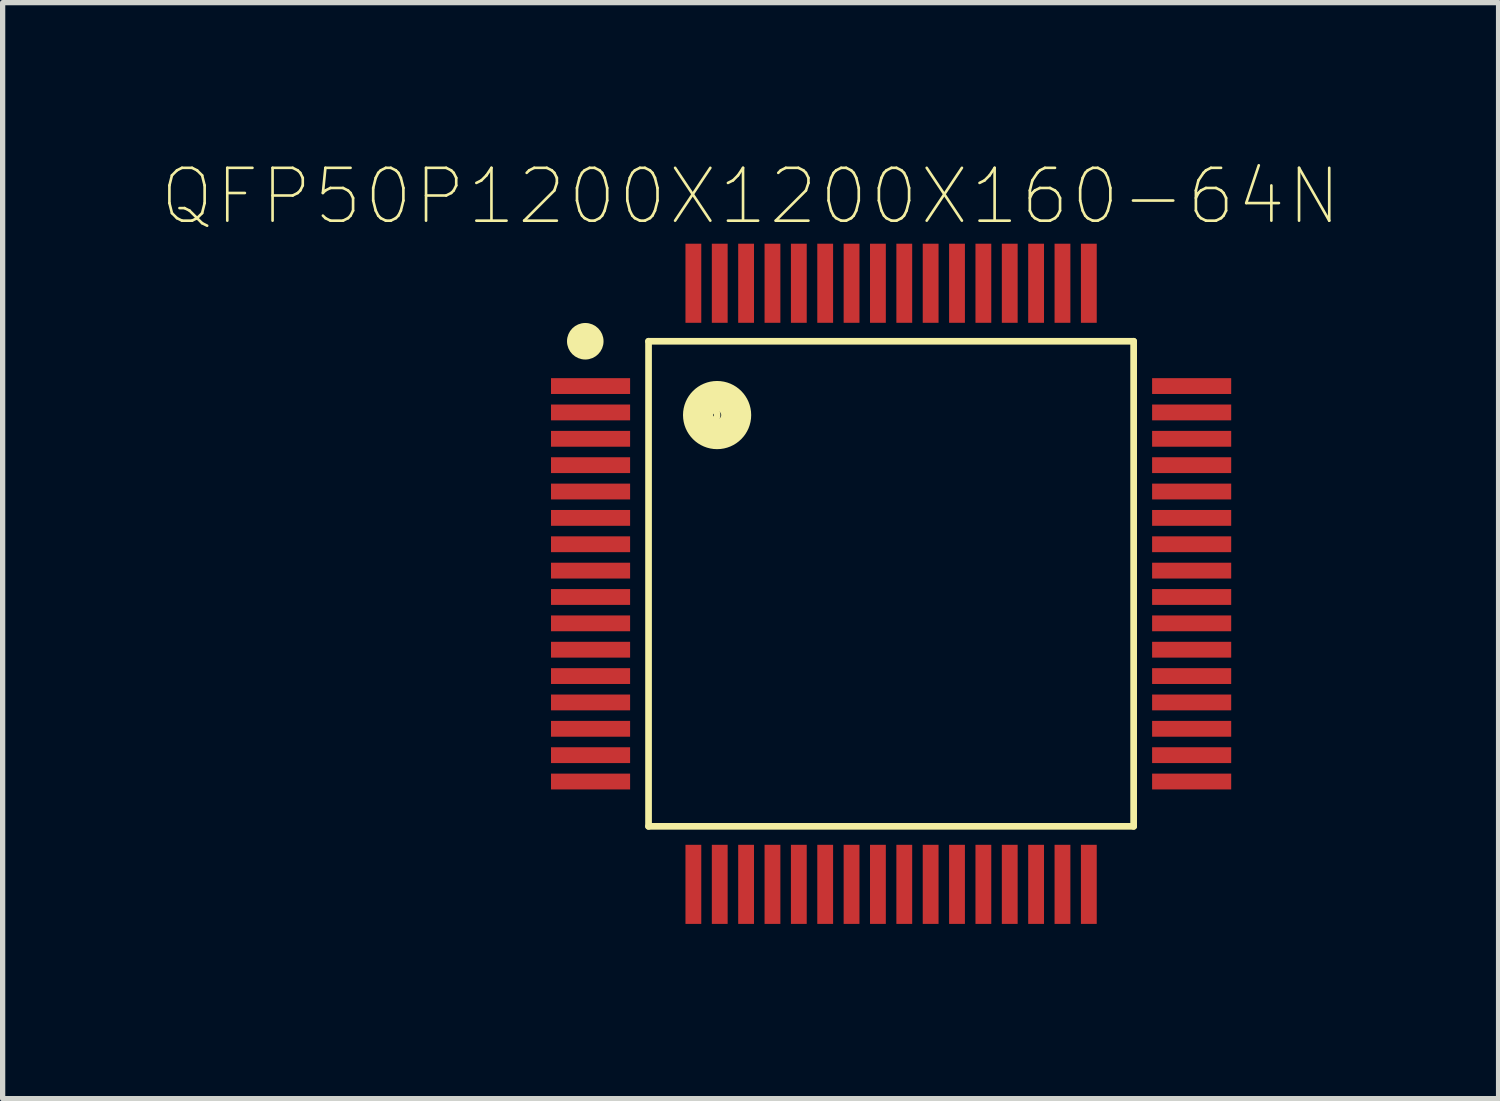
<source format=kicad_pcb>
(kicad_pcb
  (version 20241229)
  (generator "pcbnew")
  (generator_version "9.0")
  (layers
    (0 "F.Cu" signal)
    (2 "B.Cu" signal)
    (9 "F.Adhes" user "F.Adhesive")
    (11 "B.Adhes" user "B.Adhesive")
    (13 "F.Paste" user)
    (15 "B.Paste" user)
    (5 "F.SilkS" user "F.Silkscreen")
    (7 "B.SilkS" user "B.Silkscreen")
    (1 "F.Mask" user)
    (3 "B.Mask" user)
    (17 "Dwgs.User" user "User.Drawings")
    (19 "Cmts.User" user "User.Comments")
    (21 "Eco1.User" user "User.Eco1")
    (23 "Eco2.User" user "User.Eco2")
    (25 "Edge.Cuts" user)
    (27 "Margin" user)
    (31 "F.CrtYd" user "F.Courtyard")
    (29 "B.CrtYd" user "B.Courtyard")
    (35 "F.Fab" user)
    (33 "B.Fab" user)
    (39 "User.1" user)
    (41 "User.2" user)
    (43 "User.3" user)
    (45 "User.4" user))
  (footprint "QFP50P1200X1200X160-64N"
    (layer "F.Cu")
    (at 13.85 8.022)
    (property "Reference" "QFP50P1200X1200X160-64N" (at -2.665 -7.348 0) (layer "F.SilkS") (effects (font (size 1.002 1.002) (thickness 0.05))))
    (attr smd)
    (fp_line (start -4.6 -4.6) (end 4.6 -4.6) (stroke (width 0.127) (type solid)) (layer "F.SilkS"))
    (fp_line (start -4.6 4.6) (end -4.6 -4.6) (stroke (width 0.127) (type solid)) (layer "F.SilkS"))
    (fp_line (start 4.6 -4.6) (end 4.6 4.6) (stroke (width 0.127) (type solid)) (layer "F.SilkS"))
    (fp_line (start 4.6 4.6) (end -4.6 4.6) (stroke (width 0.127) (type solid)) (layer "F.SilkS"))
    (fp_circle (center -5.9 -4.6) (end -5.8 -4.6) (stroke (width 0.127) (type solid)) (fill no) (layer "F.SilkS"))
    (fp_circle (center -5.8 -4.6) (end -5.7 -4.6) (stroke (width 0.127) (type solid)) (fill no) (layer "F.SilkS"))
    (fp_circle (center -5.8 -4.6) (end -5.659 -4.6) (stroke (width 0.127) (type solid)) (fill no) (layer "F.SilkS"))
    (fp_circle (center -5.8 -4.6) (end -5.659 -4.6) (stroke (width 0.127) (type solid)) (fill no) (layer "F.SilkS"))
    (fp_circle (center -5.8 -4.6) (end -5.576 -4.6) (stroke (width 0.127) (type solid)) (fill no) (layer "F.SilkS"))
    (fp_circle (center -5.8 -4.6) (end -5.517 -4.6) (stroke (width 0.127) (type solid)) (fill no) (layer "F.SilkS"))
    (fp_circle (center -3.4 -3.2) (end -3.3 -3.2) (stroke (width 0.127) (type solid)) (fill no) (layer "F.SilkS"))
    (fp_circle (center -3.3 -3.2) (end -3.159 -3.2) (stroke (width 0.127) (type solid)) (fill no) (layer "F.SilkS"))
    (fp_circle (center -3.3 -3.2) (end -3.076 -3.2) (stroke (width 0.127) (type solid)) (fill no) (layer "F.SilkS"))
    (fp_circle (center -3.3 -3.2) (end -3.017 -3.2) (stroke (width 0.127) (type solid)) (fill no) (layer "F.SilkS"))
    (fp_circle (center -3.3 -3.2) (end -2.939 -3.2) (stroke (width 0.127) (type solid)) (fill no) (layer "F.SilkS"))
    (fp_circle (center -3.3 -3.2) (end -2.876 -3.2) (stroke (width 0.127) (type solid)) (fill no) (layer "F.SilkS"))
    (fp_circle (center -3.3 -3.2) (end -2.8 -3.2) (stroke (width 0.127) (type solid)) (fill no) (layer "F.SilkS"))
    (fp_circle (center -3.3 -3.2) (end -2.734 -3.2) (stroke (width 0.127) (type solid)) (fill no) (layer "F.SilkS"))
    (fp_circle (center -3.3 -3.2) (end -2.717 -3.2) (stroke (width 0.127) (type solid)) (fill no) (layer "F.SilkS"))
    (fp_line (start -6.7 -6.7) (end 6.7 -6.7) (stroke (width 0.127) (type solid)) (layer "Eco1.User"))
    (fp_line (start -6.7 6.7) (end -6.7 -6.7) (stroke (width 0.127) (type solid)) (layer "Eco1.User"))
    (fp_line (start 6.7 -6.7) (end 6.7 6.7) (stroke (width 0.127) (type solid)) (layer "Eco1.User"))
    (fp_line (start 6.7 6.7) (end -6.7 6.7) (stroke (width 0.127) (type solid)) (layer "Eco1.User"))
    (pad "1" smd rect (at -5.7 -3.75) (size 1.5 0.3) (layers "F.Cu" "F.Mask" "F.Paste"))
    (pad "2" smd rect (at -5.7 -3.25) (size 1.5 0.3) (layers "F.Cu" "F.Mask" "F.Paste"))
    (pad "3" smd rect (at -5.7 -2.75) (size 1.5 0.3) (layers "F.Cu" "F.Mask" "F.Paste"))
    (pad "4" smd rect (at -5.7 -2.25) (size 1.5 0.3) (layers "F.Cu" "F.Mask" "F.Paste"))
    (pad "5" smd rect (at -5.7 -1.75) (size 1.5 0.3) (layers "F.Cu" "F.Mask" "F.Paste"))
    (pad "6" smd rect (at -5.7 -1.25) (size 1.5 0.3) (layers "F.Cu" "F.Mask" "F.Paste"))
    (pad "7" smd rect (at -5.7 -0.75) (size 1.5 0.3) (layers "F.Cu" "F.Mask" "F.Paste"))
    (pad "8" smd rect (at -5.7 -0.25) (size 1.5 0.3) (layers "F.Cu" "F.Mask" "F.Paste"))
    (pad "9" smd rect (at -5.7 0.25) (size 1.5 0.3) (layers "F.Cu" "F.Mask" "F.Paste"))
    (pad "10" smd rect (at -5.7 0.75) (size 1.5 0.3) (layers "F.Cu" "F.Mask" "F.Paste"))
    (pad "11" smd rect (at -5.7 1.25) (size 1.5 0.3) (layers "F.Cu" "F.Mask" "F.Paste"))
    (pad "12" smd rect (at -5.7 1.75) (size 1.5 0.3) (layers "F.Cu" "F.Mask" "F.Paste"))
    (pad "13" smd rect (at -5.7 2.25) (size 1.5 0.3) (layers "F.Cu" "F.Mask" "F.Paste"))
    (pad "14" smd rect (at -5.7 2.75) (size 1.5 0.3) (layers "F.Cu" "F.Mask" "F.Paste"))
    (pad "15" smd rect (at -5.7 3.25) (size 1.5 0.3) (layers "F.Cu" "F.Mask" "F.Paste"))
    (pad "16" smd rect (at -5.7 3.75) (size 1.5 0.3) (layers "F.Cu" "F.Mask" "F.Paste"))
    (pad "17" smd rect (at -3.75 5.7 90) (size 1.5 0.3) (layers "F.Cu" "F.Mask" "F.Paste"))
    (pad "18" smd rect (at -3.25 5.7 90) (size 1.5 0.3) (layers "F.Cu" "F.Mask" "F.Paste"))
    (pad "19" smd rect (at -2.75 5.7 90) (size 1.5 0.3) (layers "F.Cu" "F.Mask" "F.Paste"))
    (pad "20" smd rect (at -2.25 5.7 90) (size 1.5 0.3) (layers "F.Cu" "F.Mask" "F.Paste"))
    (pad "21" smd rect (at -1.75 5.7 90) (size 1.5 0.3) (layers "F.Cu" "F.Mask" "F.Paste"))
    (pad "22" smd rect (at -1.25 5.7 90) (size 1.5 0.3) (layers "F.Cu" "F.Mask" "F.Paste"))
    (pad "23" smd rect (at -0.75 5.7 90) (size 1.5 0.3) (layers "F.Cu" "F.Mask" "F.Paste"))
    (pad "24" smd rect (at -0.25 5.7 90) (size 1.5 0.3) (layers "F.Cu" "F.Mask" "F.Paste"))
    (pad "25" smd rect (at 0.25 5.7 90) (size 1.5 0.3) (layers "F.Cu" "F.Mask" "F.Paste"))
    (pad "26" smd rect (at 0.75 5.7 90) (size 1.5 0.3) (layers "F.Cu" "F.Mask" "F.Paste"))
    (pad "27" smd rect (at 1.25 5.7 90) (size 1.5 0.3) (layers "F.Cu" "F.Mask" "F.Paste"))
    (pad "28" smd rect (at 1.75 5.7 90) (size 1.5 0.3) (layers "F.Cu" "F.Mask" "F.Paste"))
    (pad "29" smd rect (at 2.25 5.7 90) (size 1.5 0.3) (layers "F.Cu" "F.Mask" "F.Paste"))
    (pad "30" smd rect (at 2.75 5.7 90) (size 1.5 0.3) (layers "F.Cu" "F.Mask" "F.Paste"))
    (pad "31" smd rect (at 3.25 5.7 90) (size 1.5 0.3) (layers "F.Cu" "F.Mask" "F.Paste"))
    (pad "32" smd rect (at 3.75 5.7 90) (size 1.5 0.3) (layers "F.Cu" "F.Mask" "F.Paste"))
    (pad "33" smd rect (at 5.7 3.75 180) (size 1.5 0.3) (layers "F.Cu" "F.Mask" "F.Paste"))
    (pad "34" smd rect (at 5.7 3.25 180) (size 1.5 0.3) (layers "F.Cu" "F.Mask" "F.Paste"))
    (pad "35" smd rect (at 5.7 2.75 180) (size 1.5 0.3) (layers "F.Cu" "F.Mask" "F.Paste"))
    (pad "36" smd rect (at 5.7 2.25 180) (size 1.5 0.3) (layers "F.Cu" "F.Mask" "F.Paste"))
    (pad "37" smd rect (at 5.7 1.75 180) (size 1.5 0.3) (layers "F.Cu" "F.Mask" "F.Paste"))
    (pad "38" smd rect (at 5.7 1.25 180) (size 1.5 0.3) (layers "F.Cu" "F.Mask" "F.Paste"))
    (pad "39" smd rect (at 5.7 0.75 180) (size 1.5 0.3) (layers "F.Cu" "F.Mask" "F.Paste"))
    (pad "40" smd rect (at 5.7 0.25 180) (size 1.5 0.3) (layers "F.Cu" "F.Mask" "F.Paste"))
    (pad "41" smd rect (at 5.7 -0.25 180) (size 1.5 0.3) (layers "F.Cu" "F.Mask" "F.Paste"))
    (pad "42" smd rect (at 5.7 -0.75 180) (size 1.5 0.3) (layers "F.Cu" "F.Mask" "F.Paste"))
    (pad "43" smd rect (at 5.7 -1.25 180) (size 1.5 0.3) (layers "F.Cu" "F.Mask" "F.Paste"))
    (pad "44" smd rect (at 5.7 -1.75 180) (size 1.5 0.3) (layers "F.Cu" "F.Mask" "F.Paste"))
    (pad "45" smd rect (at 5.7 -2.25 180) (size 1.5 0.3) (layers "F.Cu" "F.Mask" "F.Paste"))
    (pad "46" smd rect (at 5.7 -2.75 180) (size 1.5 0.3) (layers "F.Cu" "F.Mask" "F.Paste"))
    (pad "47" smd rect (at 5.7 -3.25 180) (size 1.5 0.3) (layers "F.Cu" "F.Mask" "F.Paste"))
    (pad "48" smd rect (at 5.7 -3.75 180) (size 1.5 0.3) (layers "F.Cu" "F.Mask" "F.Paste"))
    (pad "49" smd rect (at 3.75 -5.7 270) (size 1.5 0.3) (layers "F.Cu" "F.Mask" "F.Paste"))
    (pad "50" smd rect (at 3.25 -5.7 270) (size 1.5 0.3) (layers "F.Cu" "F.Mask" "F.Paste"))
    (pad "51" smd rect (at 2.75 -5.7 270) (size 1.5 0.3) (layers "F.Cu" "F.Mask" "F.Paste"))
    (pad "52" smd rect (at 2.25 -5.7 270) (size 1.5 0.3) (layers "F.Cu" "F.Mask" "F.Paste"))
    (pad "53" smd rect (at 1.75 -5.7 270) (size 1.5 0.3) (layers "F.Cu" "F.Mask" "F.Paste"))
    (pad "54" smd rect (at 1.25 -5.7 270) (size 1.5 0.3) (layers "F.Cu" "F.Mask" "F.Paste"))
    (pad "55" smd rect (at 0.75 -5.7 270) (size 1.5 0.3) (layers "F.Cu" "F.Mask" "F.Paste"))
    (pad "56" smd rect (at 0.25 -5.7 270) (size 1.5 0.3) (layers "F.Cu" "F.Mask" "F.Paste"))
    (pad "57" smd rect (at -0.25 -5.7 270) (size 1.5 0.3) (layers "F.Cu" "F.Mask" "F.Paste"))
    (pad "58" smd rect (at -0.75 -5.7 270) (size 1.5 0.3) (layers "F.Cu" "F.Mask" "F.Paste"))
    (pad "59" smd rect (at -1.25 -5.7 270) (size 1.5 0.3) (layers "F.Cu" "F.Mask" "F.Paste"))
    (pad "60" smd rect (at -1.75 -5.7 270) (size 1.5 0.3) (layers "F.Cu" "F.Mask" "F.Paste"))
    (pad "61" smd rect (at -2.25 -5.7 270) (size 1.5 0.3) (layers "F.Cu" "F.Mask" "F.Paste"))
    (pad "62" smd rect (at -2.75 -5.7 270) (size 1.5 0.3) (layers "F.Cu" "F.Mask" "F.Paste"))
    (pad "63" smd rect (at -3.25 -5.7 270) (size 1.5 0.3) (layers "F.Cu" "F.Mask" "F.Paste"))
    (pad "64" smd rect (at -3.75 -5.7 270) (size 1.5 0.3) (layers "F.Cu" "F.Mask" "F.Paste")))
  (gr_rect
    (start -3 -3)
    (end 25.371 17.786)
    (stroke (width 0.1) (type default))
    (fill no)
    (layer "Edge.Cuts")))
</source>
